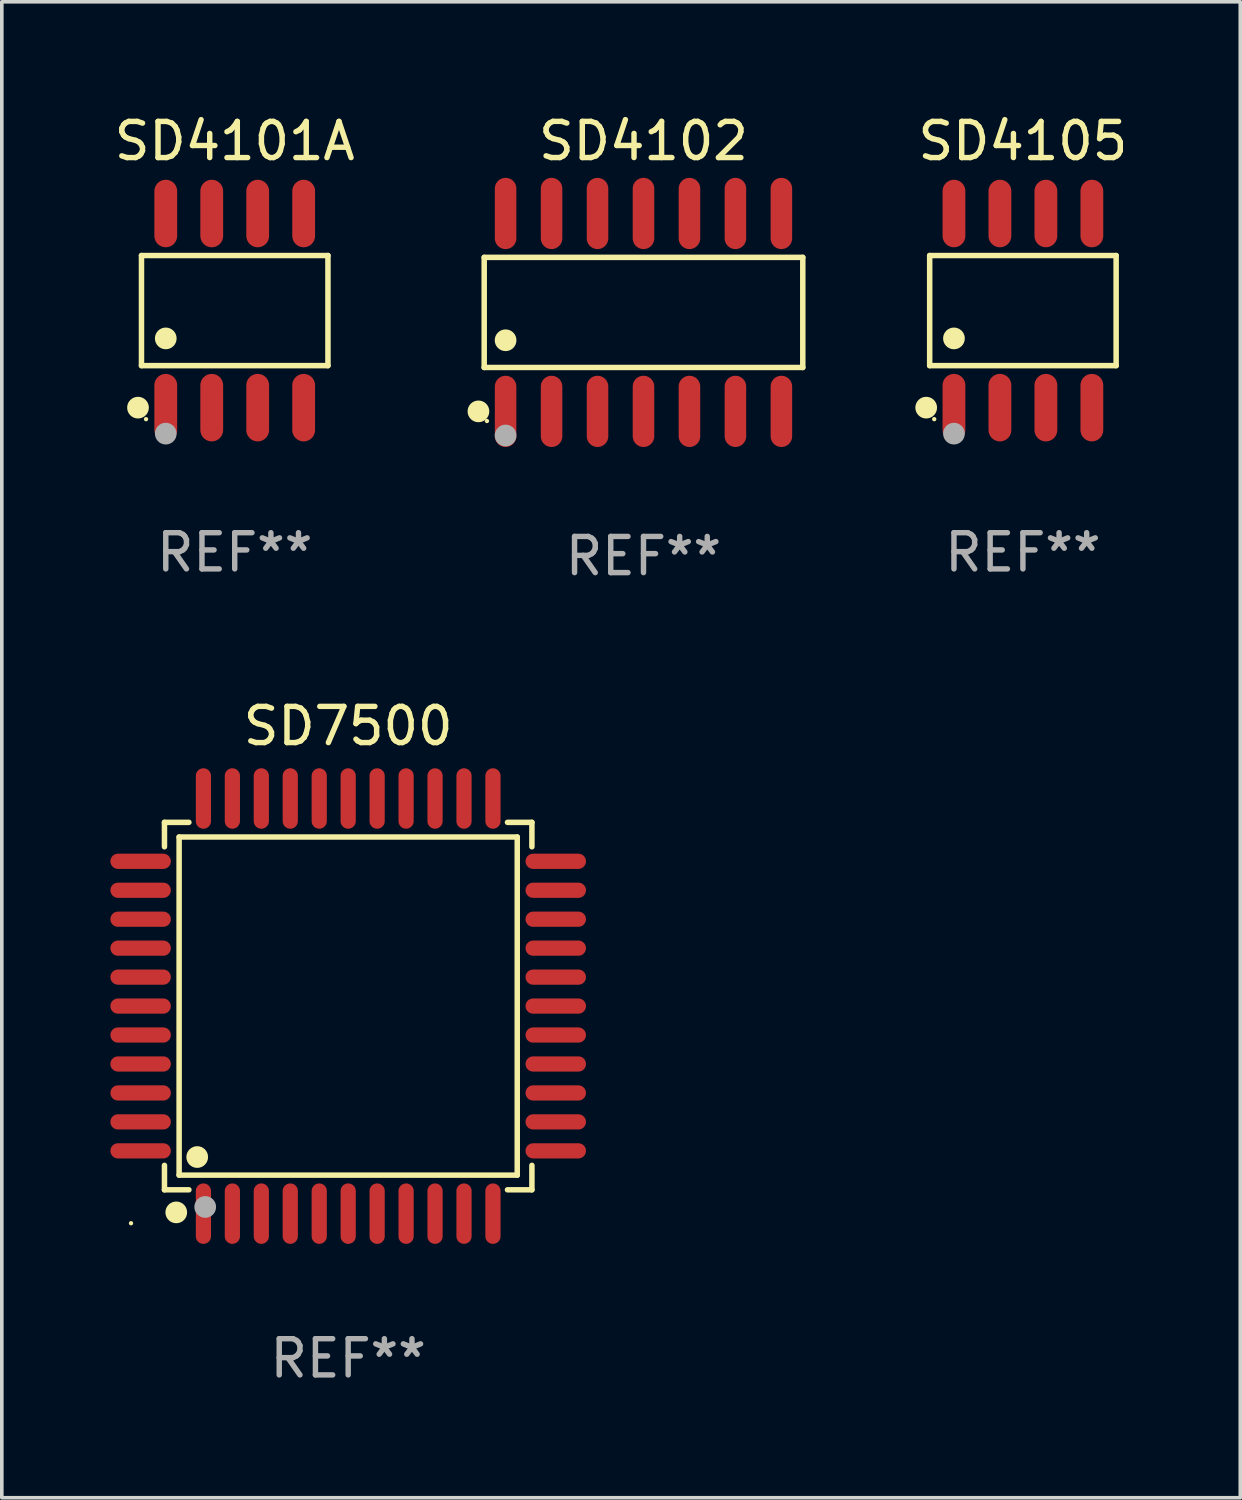
<source format=kicad_pcb>
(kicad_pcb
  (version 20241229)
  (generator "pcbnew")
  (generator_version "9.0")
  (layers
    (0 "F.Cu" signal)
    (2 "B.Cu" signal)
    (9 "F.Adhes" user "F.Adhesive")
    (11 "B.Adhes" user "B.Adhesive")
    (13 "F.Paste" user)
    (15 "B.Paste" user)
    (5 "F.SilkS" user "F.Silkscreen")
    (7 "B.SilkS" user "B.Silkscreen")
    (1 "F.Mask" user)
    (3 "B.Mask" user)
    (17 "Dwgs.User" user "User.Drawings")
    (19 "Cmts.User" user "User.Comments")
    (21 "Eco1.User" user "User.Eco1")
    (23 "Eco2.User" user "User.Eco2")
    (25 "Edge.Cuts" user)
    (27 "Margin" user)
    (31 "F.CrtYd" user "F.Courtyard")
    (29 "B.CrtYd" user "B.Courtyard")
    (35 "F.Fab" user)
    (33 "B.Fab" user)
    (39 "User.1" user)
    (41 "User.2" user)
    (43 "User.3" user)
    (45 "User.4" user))
  (footprint "SD4101A"
    (layer "F.Cu")
    (at 3.435 5.531)
    (property "Reference" "SD4101A" (at 0 -4.682 0) (layer "F.SilkS") (effects (font (size 1 1) (thickness 0.15))))
    (attr through_hole)
    (fp_line (start -2.576 -1.521) (end 2.576 -1.521) (stroke (width 0.152) (type solid)) (layer "F.SilkS"))
    (fp_line (start -2.576 1.521) (end -2.576 -1.521) (stroke (width 0.152) (type solid)) (layer "F.SilkS"))
    (fp_line (start 2.576 -1.521) (end 2.576 1.521) (stroke (width 0.152) (type solid)) (layer "F.SilkS"))
    (fp_line (start 2.576 1.521) (end -2.576 1.521) (stroke (width 0.152) (type solid)) (layer "F.SilkS"))
    (fp_circle (center -2.672 2.682) (end -2.522 2.682) (stroke (width 0.3) (type solid)) (fill no) (layer "F.SilkS"))
    (fp_circle (center -2.45 3) (end -2.42 3) (stroke (width 0.06) (type solid)) (fill no) (layer "F.SilkS"))
    (fp_circle (center -1.905 0.769) (end -1.755 0.769) (stroke (width 0.3) (type solid)) (fill no) (layer "F.SilkS"))
    (fp_circle (center -1.905 3.4) (end -1.755 3.4) (stroke (width 0.3) (type solid)) (fill no) (layer "F.Fab"))
    (fp_text user "REF**" (at 0 6.682 0) (layer "F.Fab") (effects (font (size 1 1) (thickness 0.15))))
    (pad "1" smd oval (at -1.905 2.682) (size 0.63 1.865) (layers "F.Cu" "F.Mask" "F.Paste"))
    (pad "2" smd oval (at -0.635 2.682) (size 0.63 1.865) (layers "F.Cu" "F.Mask" "F.Paste"))
    (pad "3" smd oval (at 0.635 2.682) (size 0.63 1.865) (layers "F.Cu" "F.Mask" "F.Paste"))
    (pad "4" smd oval (at 1.905 2.682) (size 0.63 1.865) (layers "F.Cu" "F.Mask" "F.Paste"))
    (pad "5" smd oval (at 1.905 -2.682) (size 0.63 1.865) (layers "F.Cu" "F.Mask" "F.Paste"))
    (pad "6" smd oval (at 0.635 -2.682) (size 0.63 1.865) (layers "F.Cu" "F.Mask" "F.Paste"))
    (pad "7" smd oval (at -0.635 -2.682) (size 0.63 1.865) (layers "F.Cu" "F.Mask" "F.Paste"))
    (pad "8" smd oval (at -1.905 -2.682) (size 0.63 1.865) (layers "F.Cu" "F.Mask" "F.Paste")))
  (footprint "SD4102"
    (layer "F.Cu")
    (at 14.729 5.582)
    (property "Reference" "SD4102" (at 0 -4.734 0) (layer "F.SilkS") (effects (font (size 1 1) (thickness 0.15))))
    (attr through_hole)
    (fp_line (start -4.401 -1.521) (end 4.401 -1.521) (stroke (width 0.152) (type solid)) (layer "F.SilkS"))
    (fp_line (start -4.401 1.521) (end -4.401 -1.521) (stroke (width 0.152) (type solid)) (layer "F.SilkS"))
    (fp_line (start 4.401 -1.521) (end 4.401 1.521) (stroke (width 0.152) (type solid)) (layer "F.SilkS"))
    (fp_line (start 4.401 1.521) (end -4.401 1.521) (stroke (width 0.152) (type solid)) (layer "F.SilkS"))
    (fp_circle (center -4.56 2.734) (end -4.41 2.734) (stroke (width 0.3) (type solid)) (fill no) (layer "F.SilkS"))
    (fp_circle (center -4.325 3) (end -4.295 3) (stroke (width 0.06) (type solid)) (fill no) (layer "F.SilkS"))
    (fp_circle (center -3.81 0.769) (end -3.66 0.769) (stroke (width 0.3) (type solid)) (fill no) (layer "F.SilkS"))
    (fp_circle (center -3.81 3.4) (end -3.66 3.4) (stroke (width 0.3) (type solid)) (fill no) (layer "F.Fab"))
    (fp_text user "REF**" (at 0 6.734 0) (layer "F.Fab") (effects (font (size 1 1) (thickness 0.15))))
    (pad "1" smd oval (at -3.81 2.734) (size 0.595 1.968) (layers "F.Cu" "F.Mask" "F.Paste"))
    (pad "2" smd oval (at -2.54 2.734) (size 0.595 1.968) (layers "F.Cu" "F.Mask" "F.Paste"))
    (pad "3" smd oval (at -1.27 2.734) (size 0.595 1.968) (layers "F.Cu" "F.Mask" "F.Paste"))
    (pad "4" smd oval (at 0 2.734) (size 0.595 1.968) (layers "F.Cu" "F.Mask" "F.Paste"))
    (pad "5" smd oval (at 1.27 2.734) (size 0.595 1.968) (layers "F.Cu" "F.Mask" "F.Paste"))
    (pad "6" smd oval (at 2.54 2.734) (size 0.595 1.968) (layers "F.Cu" "F.Mask" "F.Paste"))
    (pad "7" smd oval (at 3.81 2.734) (size 0.595 1.968) (layers "F.Cu" "F.Mask" "F.Paste"))
    (pad "8" smd oval (at 3.81 -2.734) (size 0.595 1.968) (layers "F.Cu" "F.Mask" "F.Paste"))
    (pad "9" smd oval (at 2.54 -2.734) (size 0.595 1.968) (layers "F.Cu" "F.Mask" "F.Paste"))
    (pad "10" smd oval (at 1.27 -2.734) (size 0.595 1.968) (layers "F.Cu" "F.Mask" "F.Paste"))
    (pad "11" smd oval (at 0 -2.734) (size 0.595 1.968) (layers "F.Cu" "F.Mask" "F.Paste"))
    (pad "12" smd oval (at -1.27 -2.734) (size 0.595 1.968) (layers "F.Cu" "F.Mask" "F.Paste"))
    (pad "13" smd oval (at -2.54 -2.734) (size 0.595 1.968) (layers "F.Cu" "F.Mask" "F.Paste"))
    (pad "14" smd oval (at -3.81 -2.734) (size 0.595 1.968) (layers "F.Cu" "F.Mask" "F.Paste")))
  (footprint "SD7500"
    (layer "F.Cu")
    (at 6.57 24.747)
    (property "Reference" "SD7500" (at 0 -7.735 0) (layer "F.SilkS") (effects (font (size 1 1) (thickness 0.15))))
    (attr through_hole)
    (fp_line (start -5.076 -5.076) (end -4.401 -5.076) (stroke (width 0.152) (type solid)) (layer "F.SilkS"))
    (fp_line (start -5.076 -4.401) (end -5.076 -5.076) (stroke (width 0.152) (type solid)) (layer "F.SilkS"))
    (fp_line (start -5.076 4.401) (end -5.076 5.076) (stroke (width 0.152) (type solid)) (layer "F.SilkS"))
    (fp_line (start -5.076 5.076) (end -4.401 5.076) (stroke (width 0.152) (type solid)) (layer "F.SilkS"))
    (fp_line (start -4.671 -4.671) (end 4.671 -4.671) (stroke (width 0.152) (type solid)) (layer "F.SilkS"))
    (fp_line (start -4.671 4.671) (end -4.671 -4.671) (stroke (width 0.152) (type solid)) (layer "F.SilkS"))
    (fp_line (start 4.671 -4.671) (end 4.671 4.671) (stroke (width 0.152) (type solid)) (layer "F.SilkS"))
    (fp_line (start 4.671 4.671) (end -4.671 4.671) (stroke (width 0.152) (type solid)) (layer "F.SilkS"))
    (fp_line (start 5.076 -5.076) (end 4.401 -5.076) (stroke (width 0.152) (type solid)) (layer "F.SilkS"))
    (fp_line (start 5.076 -4.401) (end 5.076 -5.076) (stroke (width 0.152) (type solid)) (layer "F.SilkS"))
    (fp_line (start 5.076 4.401) (end 5.076 5.076) (stroke (width 0.152) (type solid)) (layer "F.SilkS"))
    (fp_line (start 5.076 5.076) (end 4.401 5.076) (stroke (width 0.152) (type solid)) (layer "F.SilkS"))
    (fp_circle (center -6 6) (end -5.97 6) (stroke (width 0.06) (type solid)) (fill no) (layer "F.SilkS"))
    (fp_circle (center -4.75 5.7) (end -4.6 5.7) (stroke (width 0.3) (type solid)) (fill no) (layer "F.SilkS"))
    (fp_circle (center -4.171 4.171) (end -4.021 4.171) (stroke (width 0.3) (type solid)) (fill no) (layer "F.SilkS"))
    (fp_circle (center -3.95 5.55) (end -3.8 5.55) (stroke (width 0.3) (type solid)) (fill no) (layer "F.Fab"))
    (fp_text user "REF**" (at 0 9.735 0) (layer "F.Fab") (effects (font (size 1 1) (thickness 0.15))))
    (pad "1" smd oval (at -4 5.735) (size 0.42 1.67) (layers "F.Cu" "F.Mask" "F.Paste"))
    (pad "2" smd oval (at -3.2 5.735) (size 0.42 1.67) (layers "F.Cu" "F.Mask" "F.Paste"))
    (pad "3" smd oval (at -2.4 5.735) (size 0.42 1.67) (layers "F.Cu" "F.Mask" "F.Paste"))
    (pad "4" smd oval (at -1.6 5.735) (size 0.42 1.67) (layers "F.Cu" "F.Mask" "F.Paste"))
    (pad "5" smd oval (at -0.8 5.735) (size 0.42 1.67) (layers "F.Cu" "F.Mask" "F.Paste"))
    (pad "6" smd oval (at 0 5.735) (size 0.42 1.67) (layers "F.Cu" "F.Mask" "F.Paste"))
    (pad "7" smd oval (at 0.8 5.735) (size 0.42 1.67) (layers "F.Cu" "F.Mask" "F.Paste"))
    (pad "8" smd oval (at 1.6 5.735) (size 0.42 1.67) (layers "F.Cu" "F.Mask" "F.Paste"))
    (pad "9" smd oval (at 2.4 5.735) (size 0.42 1.67) (layers "F.Cu" "F.Mask" "F.Paste"))
    (pad "10" smd oval (at 3.2 5.735) (size 0.42 1.67) (layers "F.Cu" "F.Mask" "F.Paste"))
    (pad "11" smd oval (at 4 5.735) (size 0.42 1.67) (layers "F.Cu" "F.Mask" "F.Paste"))
    (pad "12" smd oval (at 5.735 4) (size 1.67 0.42) (layers "F.Cu" "F.Mask" "F.Paste"))
    (pad "13" smd oval (at 5.735 3.2) (size 1.67 0.42) (layers "F.Cu" "F.Mask" "F.Paste"))
    (pad "14" smd oval (at 5.735 2.4) (size 1.67 0.42) (layers "F.Cu" "F.Mask" "F.Paste"))
    (pad "15" smd oval (at 5.735 1.6) (size 1.67 0.42) (layers "F.Cu" "F.Mask" "F.Paste"))
    (pad "16" smd oval (at 5.735 0.8) (size 1.67 0.42) (layers "F.Cu" "F.Mask" "F.Paste"))
    (pad "17" smd oval (at 5.735 0) (size 1.67 0.42) (layers "F.Cu" "F.Mask" "F.Paste"))
    (pad "18" smd oval (at 5.735 -0.8) (size 1.67 0.42) (layers "F.Cu" "F.Mask" "F.Paste"))
    (pad "19" smd oval (at 5.735 -1.6) (size 1.67 0.42) (layers "F.Cu" "F.Mask" "F.Paste"))
    (pad "20" smd oval (at 5.735 -2.4) (size 1.67 0.42) (layers "F.Cu" "F.Mask" "F.Paste"))
    (pad "21" smd oval (at 5.735 -3.2) (size 1.67 0.42) (layers "F.Cu" "F.Mask" "F.Paste"))
    (pad "22" smd oval (at 5.735 -4) (size 1.67 0.42) (layers "F.Cu" "F.Mask" "F.Paste"))
    (pad "23" smd oval (at 4 -5.735) (size 0.42 1.67) (layers "F.Cu" "F.Mask" "F.Paste"))
    (pad "24" smd oval (at 3.2 -5.735) (size 0.42 1.67) (layers "F.Cu" "F.Mask" "F.Paste"))
    (pad "25" smd oval (at 2.4 -5.735) (size 0.42 1.67) (layers "F.Cu" "F.Mask" "F.Paste"))
    (pad "26" smd oval (at 1.6 -5.735) (size 0.42 1.67) (layers "F.Cu" "F.Mask" "F.Paste"))
    (pad "27" smd oval (at 0.8 -5.735) (size 0.42 1.67) (layers "F.Cu" "F.Mask" "F.Paste"))
    (pad "28" smd oval (at 0 -5.735) (size 0.42 1.67) (layers "F.Cu" "F.Mask" "F.Paste"))
    (pad "29" smd oval (at -0.8 -5.735) (size 0.42 1.67) (layers "F.Cu" "F.Mask" "F.Paste"))
    (pad "30" smd oval (at -1.6 -5.735) (size 0.42 1.67) (layers "F.Cu" "F.Mask" "F.Paste"))
    (pad "31" smd oval (at -2.4 -5.735) (size 0.42 1.67) (layers "F.Cu" "F.Mask" "F.Paste"))
    (pad "32" smd oval (at -3.2 -5.735) (size 0.42 1.67) (layers "F.Cu" "F.Mask" "F.Paste"))
    (pad "33" smd oval (at -4 -5.735) (size 0.42 1.67) (layers "F.Cu" "F.Mask" "F.Paste"))
    (pad "34" smd oval (at -5.735 -4) (size 1.67 0.42) (layers "F.Cu" "F.Mask" "F.Paste"))
    (pad "35" smd oval (at -5.735 -3.2) (size 1.67 0.42) (layers "F.Cu" "F.Mask" "F.Paste"))
    (pad "36" smd oval (at -5.735 -2.4) (size 1.67 0.42) (layers "F.Cu" "F.Mask" "F.Paste"))
    (pad "37" smd oval (at -5.735 -1.6) (size 1.67 0.42) (layers "F.Cu" "F.Mask" "F.Paste"))
    (pad "38" smd oval (at -5.735 -0.8) (size 1.67 0.42) (layers "F.Cu" "F.Mask" "F.Paste"))
    (pad "39" smd oval (at -5.735 0) (size 1.67 0.42) (layers "F.Cu" "F.Mask" "F.Paste"))
    (pad "40" smd oval (at -5.735 0.8) (size 1.67 0.42) (layers "F.Cu" "F.Mask" "F.Paste"))
    (pad "41" smd oval (at -5.735 1.6) (size 1.67 0.42) (layers "F.Cu" "F.Mask" "F.Paste"))
    (pad "42" smd oval (at -5.735 2.4) (size 1.67 0.42) (layers "F.Cu" "F.Mask" "F.Paste"))
    (pad "43" smd oval (at -5.735 3.2) (size 1.67 0.42) (layers "F.Cu" "F.Mask" "F.Paste"))
    (pad "44" smd oval (at -5.735 4) (size 1.67 0.42) (layers "F.Cu" "F.Mask" "F.Paste")))
  (footprint "SD4105"
    (layer "F.Cu")
    (at 25.212 5.531)
    (property "Reference" "SD4105" (at 0 -4.682 0) (layer "F.SilkS") (effects (font (size 1 1) (thickness 0.15))))
    (attr through_hole)
    (fp_line (start -2.576 -1.521) (end 2.576 -1.521) (stroke (width 0.152) (type solid)) (layer "F.SilkS"))
    (fp_line (start -2.576 1.521) (end -2.576 -1.521) (stroke (width 0.152) (type solid)) (layer "F.SilkS"))
    (fp_line (start 2.576 -1.521) (end 2.576 1.521) (stroke (width 0.152) (type solid)) (layer "F.SilkS"))
    (fp_line (start 2.576 1.521) (end -2.576 1.521) (stroke (width 0.152) (type solid)) (layer "F.SilkS"))
    (fp_circle (center -2.672 2.682) (end -2.522 2.682) (stroke (width 0.3) (type solid)) (fill no) (layer "F.SilkS"))
    (fp_circle (center -2.45 3) (end -2.42 3) (stroke (width 0.06) (type solid)) (fill no) (layer "F.SilkS"))
    (fp_circle (center -1.905 0.769) (end -1.755 0.769) (stroke (width 0.3) (type solid)) (fill no) (layer "F.SilkS"))
    (fp_circle (center -1.905 3.4) (end -1.755 3.4) (stroke (width 0.3) (type solid)) (fill no) (layer "F.Fab"))
    (fp_text user "REF**" (at 0 6.682 0) (layer "F.Fab") (effects (font (size 1 1) (thickness 0.15))))
    (pad "1" smd oval (at -1.905 2.682) (size 0.63 1.865) (layers "F.Cu" "F.Mask" "F.Paste"))
    (pad "2" smd oval (at -0.635 2.682) (size 0.63 1.865) (layers "F.Cu" "F.Mask" "F.Paste"))
    (pad "3" smd oval (at 0.635 2.682) (size 0.63 1.865) (layers "F.Cu" "F.Mask" "F.Paste"))
    (pad "4" smd oval (at 1.905 2.682) (size 0.63 1.865) (layers "F.Cu" "F.Mask" "F.Paste"))
    (pad "5" smd oval (at 1.905 -2.682) (size 0.63 1.865) (layers "F.Cu" "F.Mask" "F.Paste"))
    (pad "6" smd oval (at 0.635 -2.682) (size 0.63 1.865) (layers "F.Cu" "F.Mask" "F.Paste"))
    (pad "7" smd oval (at -0.635 -2.682) (size 0.63 1.865) (layers "F.Cu" "F.Mask" "F.Paste"))
    (pad "8" smd oval (at -1.905 -2.682) (size 0.63 1.865) (layers "F.Cu" "F.Mask" "F.Paste")))
  (gr_rect
    (start -3 -3)
    (end 31.218 38.331)
    (stroke (width 0.1) (type default))
    (fill no)
    (layer "Edge.Cuts")))
</source>
